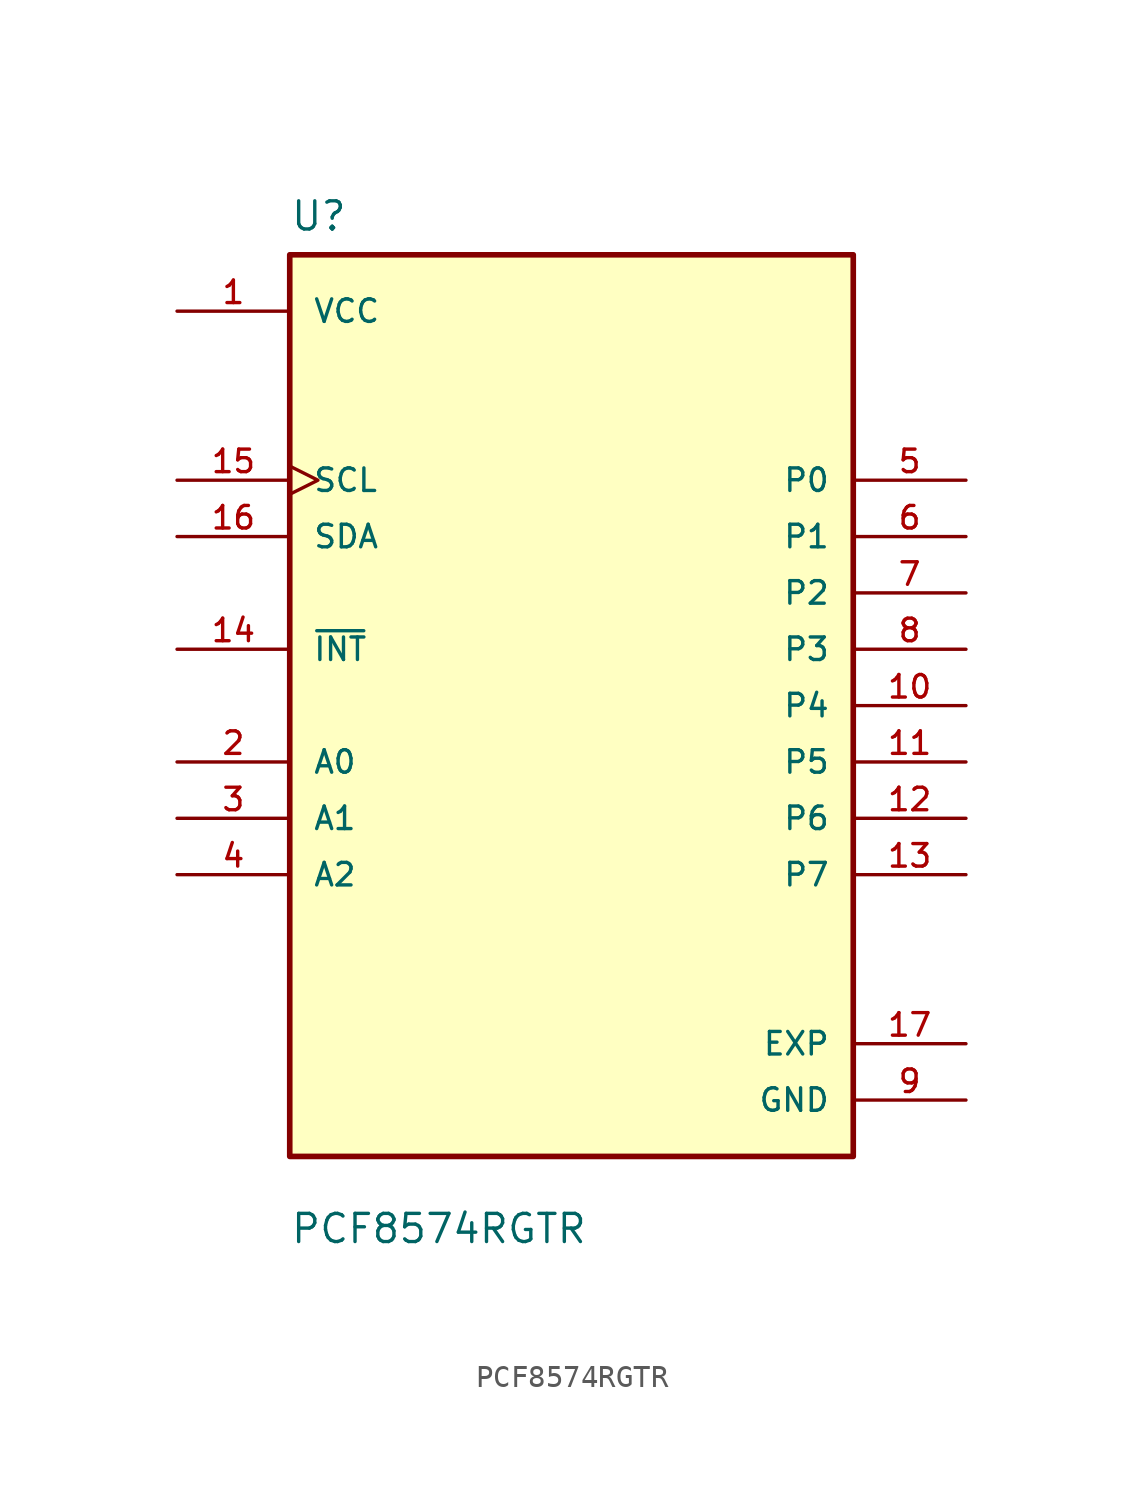
<source format=kicad_sym>
(kicad_symbol_lib
  (version 20211014)
  (generator kicad_symbol_editor)
  (symbol "PCF8574RGTR"
    (pin_names
      (offset 1.016))
    (property "Reference" "U"
      (at -12.7 21.32 0.0)
      (effects (font (size 1.27 1.27)) (justify bottom left)))
    (property "Value" "PCF8574RGTR"
      (at -12.7 -24.32 0.0)
      (effects (font (size 1.27 1.27)) (justify bottom left)))
    (symbol "PCF8574RGTR_0_0"
      (rectangle (start -12.7 -20.32) (end 12.7 20.32) (stroke (width 0.254)) (fill (type background)))
      (pin input line (at -17.78 -2.54 0) (length 5.08) (name "A0" (effects (font (size 1.016 1.016)))) (number "2" (effects (font (size 1.016 1.016)))))
      (pin input line (at -17.78 -5.08 0) (length 5.08) (name "A1" (effects (font (size 1.016 1.016)))) (number "3" (effects (font (size 1.016 1.016)))))
      (pin input line (at -17.78 -7.62 0) (length 5.08) (name "A2" (effects (font (size 1.016 1.016)))) (number "4" (effects (font (size 1.016 1.016)))))
      (pin input clock (at -17.78 10.16 0) (length 5.08) (name "SCL" (effects (font (size 1.016 1.016)))) (number "15" (effects (font (size 1.016 1.016)))))
      (pin bidirectional line (at 17.78 10.16 180.0) (length 5.08) (name "P0" (effects (font (size 1.016 1.016)))) (number "5" (effects (font (size 1.016 1.016)))))
      (pin bidirectional line (at 17.78 7.62 180.0) (length 5.08) (name "P1" (effects (font (size 1.016 1.016)))) (number "6" (effects (font (size 1.016 1.016)))))
      (pin bidirectional line (at 17.78 5.08 180.0) (length 5.08) (name "P2" (effects (font (size 1.016 1.016)))) (number "7" (effects (font (size 1.016 1.016)))))
      (pin bidirectional line (at 17.78 2.54 180.0) (length 5.08) (name "P3" (effects (font (size 1.016 1.016)))) (number "8" (effects (font (size 1.016 1.016)))))
      (pin bidirectional line (at -17.78 7.62 0) (length 5.08) (name "SDA" (effects (font (size 1.016 1.016)))) (number "16" (effects (font (size 1.016 1.016)))))
      (pin power_in line (at -17.78 17.78 0) (length 5.08) (name "VCC" (effects (font (size 1.016 1.016)))) (number "1" (effects (font (size 1.016 1.016)))))
      (pin output line (at -17.78 2.54 0) (length 5.08) (name "~{INT}" (effects (font (size 1.016 1.016)))) (number "14" (effects (font (size 1.016 1.016)))))
      (pin bidirectional line (at 17.78 0.0 180.0) (length 5.08) (name "P4" (effects (font (size 1.016 1.016)))) (number "10" (effects (font (size 1.016 1.016)))))
      (pin bidirectional line (at 17.78 -2.54 180.0) (length 5.08) (name "P5" (effects (font (size 1.016 1.016)))) (number "11" (effects (font (size 1.016 1.016)))))
      (pin bidirectional line (at 17.78 -5.08 180.0) (length 5.08) (name "P6" (effects (font (size 1.016 1.016)))) (number "12" (effects (font (size 1.016 1.016)))))
      (pin bidirectional line (at 17.78 -7.62 180.0) (length 5.08) (name "P7" (effects (font (size 1.016 1.016)))) (number "13" (effects (font (size 1.016 1.016)))))
      (pin power_in line (at 17.78 -17.78 180.0) (length 5.08) (name "GND" (effects (font (size 1.016 1.016)))) (number "9" (effects (font (size 1.016 1.016)))))
      (pin power_in line (at 17.78 -15.24 180.0) (length 5.08) (name "EXP" (effects (font (size 1.016 1.016)))) (number "17" (effects (font (size 1.016 1.016))))))))
</source>
